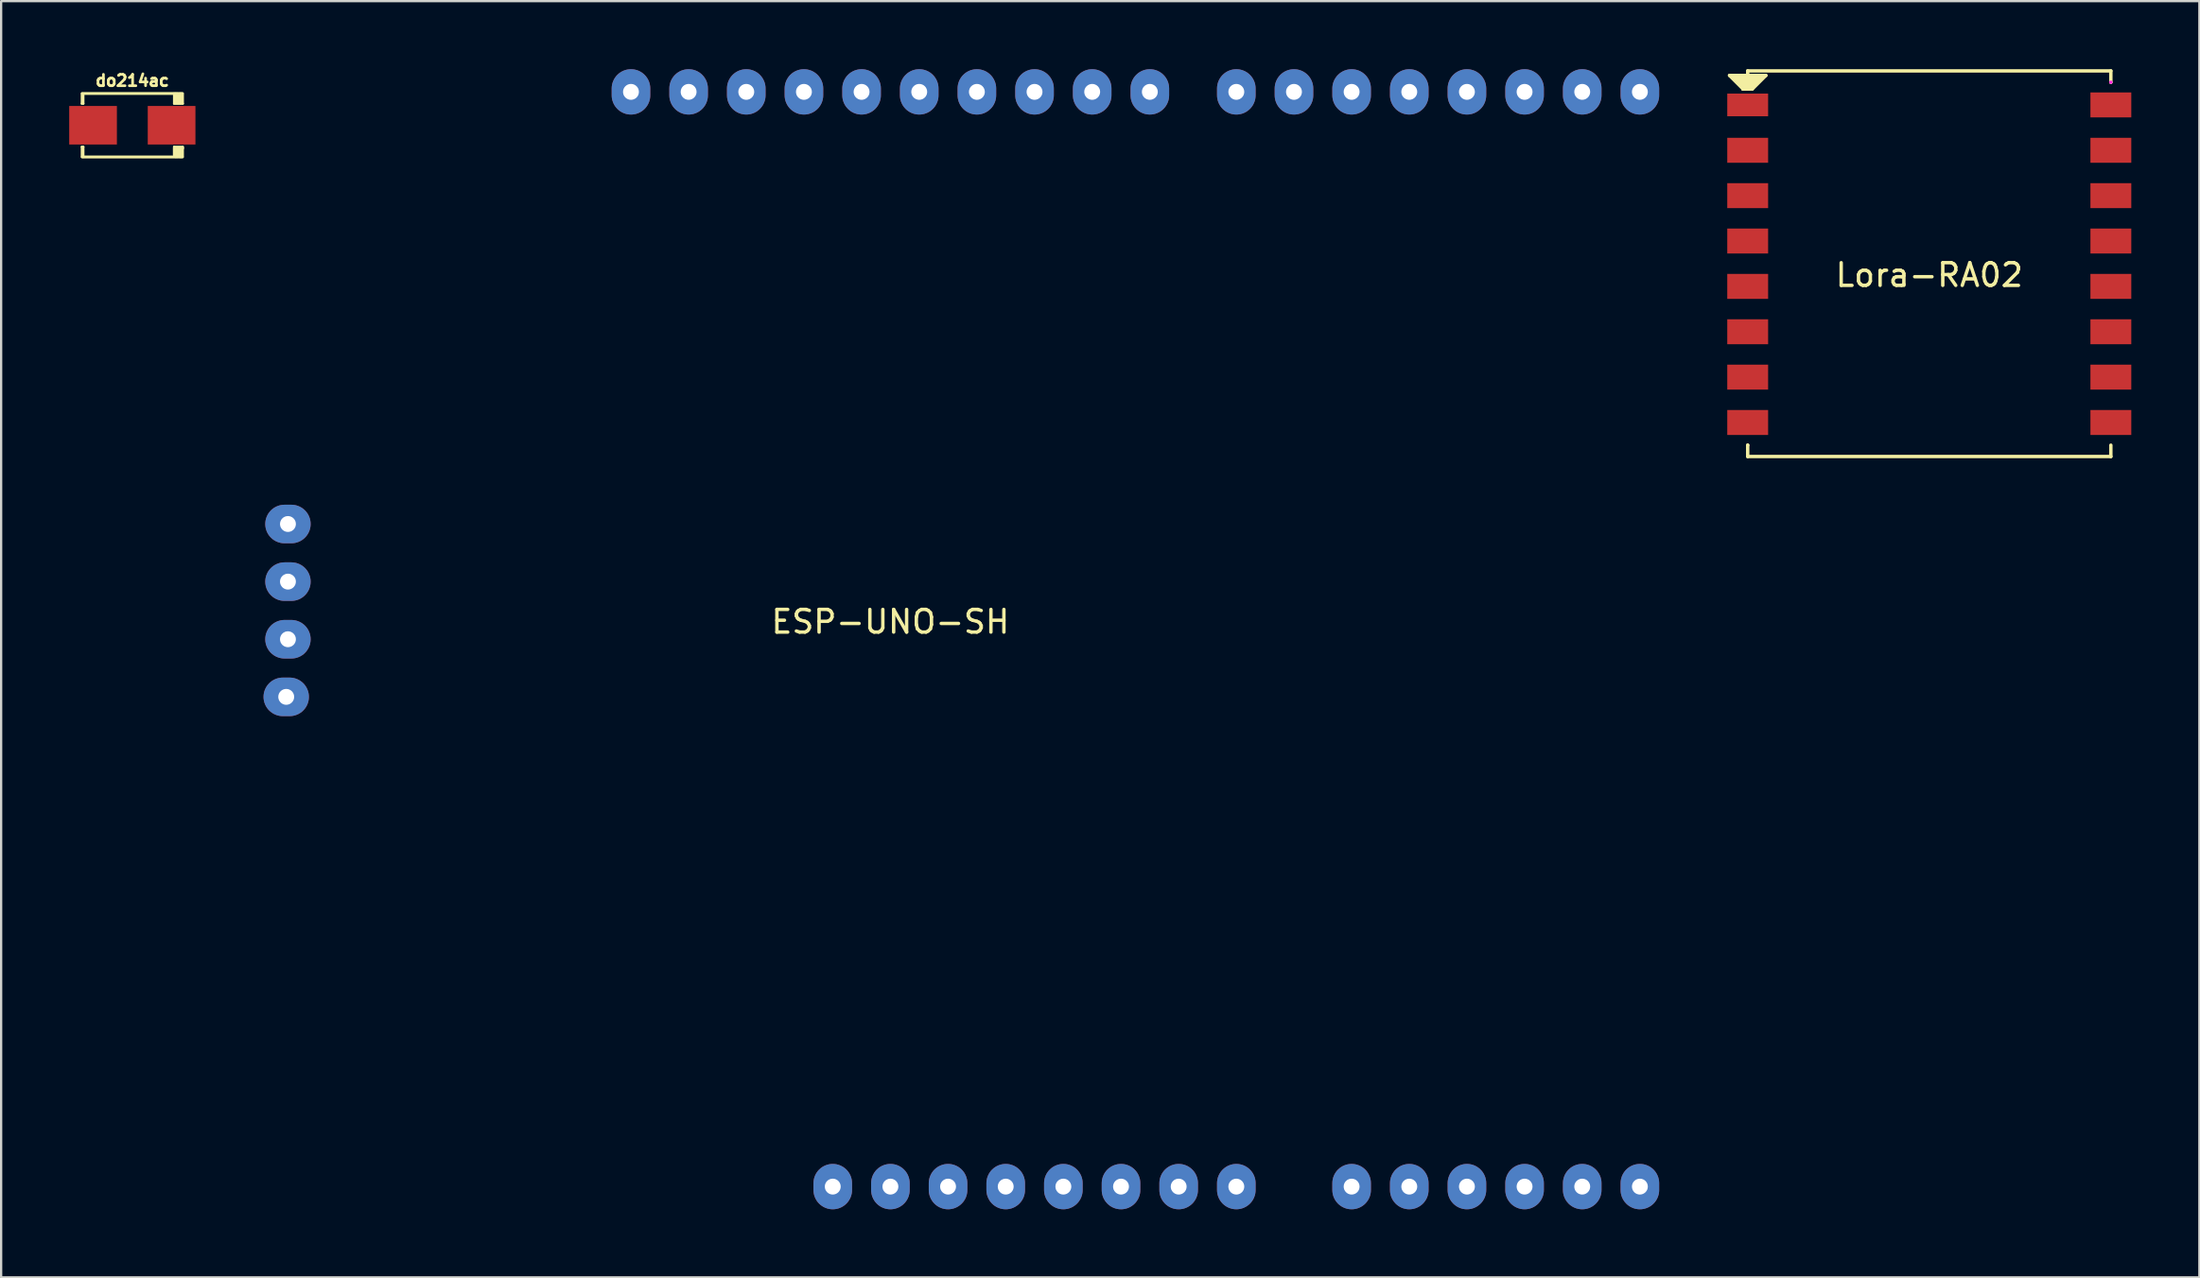
<source format=kicad_pcb>
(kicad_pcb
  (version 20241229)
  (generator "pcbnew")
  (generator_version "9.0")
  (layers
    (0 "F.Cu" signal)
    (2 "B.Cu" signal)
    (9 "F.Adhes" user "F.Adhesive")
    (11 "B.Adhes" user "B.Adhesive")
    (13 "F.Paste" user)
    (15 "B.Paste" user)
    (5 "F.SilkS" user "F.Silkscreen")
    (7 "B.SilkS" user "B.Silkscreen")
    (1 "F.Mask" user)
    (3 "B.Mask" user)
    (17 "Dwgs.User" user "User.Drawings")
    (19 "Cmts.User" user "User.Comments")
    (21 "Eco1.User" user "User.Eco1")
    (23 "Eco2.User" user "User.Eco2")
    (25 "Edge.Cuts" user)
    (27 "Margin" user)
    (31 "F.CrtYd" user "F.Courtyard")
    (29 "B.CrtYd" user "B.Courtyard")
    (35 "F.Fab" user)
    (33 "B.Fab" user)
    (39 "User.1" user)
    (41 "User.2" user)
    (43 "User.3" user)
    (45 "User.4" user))
  (footprint "do214ac"
    (layer "F.Cu")
    (at 2.78 2.471)
    (property "Reference" "do214ac" (at 0 -1.968 0) (layer "F.SilkS") (effects (font (size 0.5 0.5) (thickness 0.119))))
    (attr through_hole)
    (fp_line (start -2.223 -1.397) (end -2.223 -0.953) (stroke (width 0.1) (type solid)) (layer "F.SilkS"))
    (fp_line (start -2.223 -0.953) (end -2.159 -0.953) (stroke (width 0.1) (type solid)) (layer "F.SilkS"))
    (fp_line (start -2.223 1.397) (end -2.223 0.953) (stroke (width 0.1) (type solid)) (layer "F.SilkS"))
    (fp_line (start -2.2 1.4) (end 2.2 1.4) (stroke (width 0.127) (type solid)) (layer "F.SilkS"))
    (fp_line (start -2.159 -1.333) (end -2.159 -0.953) (stroke (width 0.1) (type solid)) (layer "F.SilkS"))
    (fp_line (start -2.159 0.953) (end -2.223 0.953) (stroke (width 0.1) (type solid)) (layer "F.SilkS"))
    (fp_line (start -2.159 1.397) (end -2.159 0.953) (stroke (width 0.1) (type solid)) (layer "F.SilkS"))
    (fp_line (start 1.841 -1.397) (end 1.841 -0.953) (stroke (width 0.1) (type solid)) (layer "F.SilkS"))
    (fp_line (start 1.841 -0.953) (end 2.223 -0.953) (stroke (width 0.1) (type solid)) (layer "F.SilkS"))
    (fp_line (start 1.841 0.953) (end 1.841 1.333) (stroke (width 0.1) (type solid)) (layer "F.SilkS"))
    (fp_line (start 1.841 0.953) (end 2.223 0.953) (stroke (width 0.1) (type solid)) (layer "F.SilkS"))
    (fp_line (start 1.841 1.016) (end 2.223 1.016) (stroke (width 0.1) (type solid)) (layer "F.SilkS"))
    (fp_line (start 1.841 1.333) (end 1.841 1.016) (stroke (width 0.1) (type solid)) (layer "F.SilkS"))
    (fp_line (start 1.905 -1.397) (end 1.905 -0.953) (stroke (width 0.1) (type solid)) (layer "F.SilkS"))
    (fp_line (start 1.905 1.397) (end 1.905 1.079) (stroke (width 0.1) (type solid)) (layer "F.SilkS"))
    (fp_line (start 1.968 -1.397) (end 1.968 -0.953) (stroke (width 0.1) (type solid)) (layer "F.SilkS"))
    (fp_line (start 1.968 1.397) (end 1.968 1.016) (stroke (width 0.1) (type solid)) (layer "F.SilkS"))
    (fp_line (start 2.032 -1.333) (end 2.032 -0.953) (stroke (width 0.1) (type solid)) (layer "F.SilkS"))
    (fp_line (start 2.032 1.333) (end 2.032 1.079) (stroke (width 0.1) (type solid)) (layer "F.SilkS"))
    (fp_line (start 2.095 -1.397) (end 2.095 -0.953) (stroke (width 0.1) (type solid)) (layer "F.SilkS"))
    (fp_line (start 2.095 1.397) (end 2.095 1.016) (stroke (width 0.1) (type solid)) (layer "F.SilkS"))
    (fp_line (start 2.159 -1.397) (end 2.159 -0.953) (stroke (width 0.1) (type solid)) (layer "F.SilkS"))
    (fp_line (start 2.159 1.143) (end 1.905 1.143) (stroke (width 0.1) (type solid)) (layer "F.SilkS"))
    (fp_line (start 2.159 1.397) (end 2.159 1.016) (stroke (width 0.1) (type solid)) (layer "F.SilkS"))
    (fp_line (start 2.2 -1.4) (end -2.2 -1.4) (stroke (width 0.127) (type solid)) (layer "F.SilkS"))
    (fp_line (start 2.223 -1.397) (end 2.223 -0.953) (stroke (width 0.1) (type solid)) (layer "F.SilkS"))
    (fp_line (start 2.223 1.016) (end 1.905 1.079) (stroke (width 0.1) (type solid)) (layer "F.SilkS"))
    (fp_line (start 2.223 1.397) (end 2.223 0.953) (stroke (width 0.1) (type solid)) (layer "F.SilkS"))
    (pad "1" smd rect (at -1.73 0) (size 2.101 1.699) (layers "F.Cu" "F.Mask" "F.Paste"))
    (pad "2" smd rect (at 1.73 0) (size 2.101 1.699) (layers "F.Cu" "F.Mask" "F.Paste")))
  (footprint "ESP-UNO-SH"
    (layer "F.Cu")
    (at 36.179 23.86)
    (property "Reference" "ESP-UNO-SH" (at 0 0.5 0) (layer "F.SilkS") (effects (font (size 1 1) (thickness 0.15))))
    (attr through_hole)
    (pad "1" thru_hole oval (at -2.54 25.4) (size 1.7 2) (drill oval 0.7) (layers "*.Cu" "*.Mask"))
    (pad "2" thru_hole oval (at 0 25.4) (size 1.7 2) (drill oval 0.7) (layers "*.Cu" "*.Mask"))
    (pad "3" thru_hole oval (at 2.54 25.4) (size 1.7 2) (drill oval 0.7) (layers "*.Cu" "*.Mask"))
    (pad "4" thru_hole oval (at 5.08 25.4) (size 1.7 2) (drill oval 0.7) (layers "*.Cu" "*.Mask"))
    (pad "5" thru_hole oval (at 7.62 25.4) (size 1.7 2) (drill oval 0.7) (layers "*.Cu" "*.Mask"))
    (pad "6" thru_hole oval (at 10.16 25.4) (size 1.7 2) (drill oval 0.7) (layers "*.Cu" "*.Mask"))
    (pad "7" thru_hole oval (at 12.7 25.4) (size 1.7 2) (drill oval 0.7) (layers "*.Cu" "*.Mask"))
    (pad "8" thru_hole oval (at 15.24 25.4) (size 1.7 2) (drill oval 0.7) (layers "*.Cu" "*.Mask"))
    (pad "9" thru_hole oval (at 20.32 25.4) (size 1.7 2) (drill oval 0.7) (layers "*.Cu" "*.Mask"))
    (pad "10" thru_hole oval (at 22.86 25.4) (size 1.7 2) (drill oval 0.7) (layers "*.Cu" "*.Mask"))
    (pad "11" thru_hole oval (at 25.4 25.4) (size 1.7 2) (drill oval 0.7) (layers "*.Cu" "*.Mask"))
    (pad "12" thru_hole oval (at 27.94 25.4) (size 1.7 2) (drill oval 0.7) (layers "*.Cu" "*.Mask"))
    (pad "13" thru_hole oval (at 30.48 25.4) (size 1.7 2) (drill oval 0.7) (layers "*.Cu" "*.Mask"))
    (pad "14" thru_hole oval (at 33.02 25.4) (size 1.7 2) (drill oval 0.7) (layers "*.Cu" "*.Mask"))
    (pad "15" thru_hole oval (at 33.02 -22.86) (size 1.7 2) (drill oval 0.7) (layers "*.Cu" "*.Mask"))
    (pad "16" thru_hole oval (at 30.48 -22.86) (size 1.7 2) (drill oval 0.7) (layers "*.Cu" "*.Mask"))
    (pad "17" thru_hole oval (at 27.94 -22.86) (size 1.7 2) (drill oval 0.7) (layers "*.Cu" "*.Mask"))
    (pad "18" thru_hole oval (at 25.4 -22.86) (size 1.7 2) (drill oval 0.7) (layers "*.Cu" "*.Mask"))
    (pad "19" thru_hole oval (at 22.86 -22.86) (size 1.7 2) (drill oval 0.7) (layers "*.Cu" "*.Mask"))
    (pad "20" thru_hole oval (at 20.32 -22.86) (size 1.7 2) (drill oval 0.7) (layers "*.Cu" "*.Mask"))
    (pad "21" thru_hole oval (at 17.78 -22.86) (size 1.7 2) (drill oval 0.7) (layers "*.Cu" "*.Mask"))
    (pad "22" thru_hole oval (at 15.24 -22.86) (size 1.7 2) (drill oval 0.7) (layers "*.Cu" "*.Mask"))
    (pad "23" thru_hole oval (at 11.43 -22.86) (size 1.7 2) (drill oval 0.7) (layers "*.Cu" "*.Mask"))
    (pad "24" thru_hole oval (at 8.89 -22.86) (size 1.7 2) (drill oval 0.7) (layers "*.Cu" "*.Mask"))
    (pad "25" thru_hole oval (at 6.35 -22.86) (size 1.7 2) (drill oval 0.7) (layers "*.Cu" "*.Mask"))
    (pad "26" thru_hole oval (at 3.81 -22.86) (size 1.7 2) (drill oval 0.7) (layers "*.Cu" "*.Mask"))
    (pad "27" thru_hole oval (at 1.27 -22.86) (size 1.7 2) (drill oval 0.7) (layers "*.Cu" "*.Mask"))
    (pad "28" thru_hole oval (at -1.27 -22.86) (size 1.7 2) (drill oval 0.7) (layers "*.Cu" "*.Mask"))
    (pad "29" thru_hole oval (at -3.81 -22.86) (size 1.7 2) (drill oval 0.7) (layers "*.Cu" "*.Mask"))
    (pad "30" thru_hole oval (at -6.35 -22.86) (size 1.7 2) (drill oval 0.7) (layers "*.Cu" "*.Mask"))
    (pad "31" thru_hole oval (at -8.89 -22.86) (size 1.7 2) (drill oval 0.7) (layers "*.Cu" "*.Mask"))
    (pad "32" thru_hole oval (at -11.43 -22.86) (size 1.7 2) (drill oval 0.7) (layers "*.Cu" "*.Mask"))
    (pad "33" thru_hole oval (at -26.543 -3.81 90) (size 1.7 2) (drill oval 0.7) (layers "*.Cu" "*.Mask"))
    (pad "34" thru_hole oval (at -26.543 -1.27 270) (size 1.7 2) (drill oval 0.7) (layers "*.Cu" "*.Mask"))
    (pad "35" thru_hole oval (at -26.543 1.27 90) (size 1.7 2) (drill oval 0.7) (layers "*.Cu" "*.Mask"))
    (pad "36" thru_hole oval (at -26.619 3.81 90) (size 1.7 2) (drill oval 0.7) (layers "*.Cu" "*.Mask")))
  (footprint "Lora-RA02"
    (layer "F.Cu")
    (at 81.949 8.575)
    (property "Reference" "Lora-RA02" (at 0 0.5 0) (layer "F.SilkS") (effects (font (size 1 1) (thickness 0.15))))
    (attr through_hole)
    (fp_line (start -8.8 -8.3) (end -8.2 -7.7) (stroke (width 0.15) (type solid)) (layer "F.SilkS"))
    (fp_line (start -8.7 -8.3) (end -8.8 -8.3) (stroke (width 0.15) (type solid)) (layer "F.SilkS"))
    (fp_line (start -8.7 -8.3) (end -7.2 -8.3) (stroke (width 0.15) (type solid)) (layer "F.SilkS"))
    (fp_line (start -8.6 -8.2) (end -7.4 -8.2) (stroke (width 0.15) (type solid)) (layer "F.SilkS"))
    (fp_line (start -8.5 -8.1) (end -8.6 -8.2) (stroke (width 0.15) (type solid)) (layer "F.SilkS"))
    (fp_line (start -8.4 -8) (end -7.6 -8) (stroke (width 0.15) (type solid)) (layer "F.SilkS"))
    (fp_line (start -8.3 -7.9) (end -8.4 -8) (stroke (width 0.15) (type solid)) (layer "F.SilkS"))
    (fp_line (start -8.2 -7.8) (end -7.8 -7.8) (stroke (width 0.15) (type solid)) (layer "F.SilkS"))
    (fp_line (start -8.2 -7.7) (end -8.2 -7.8) (stroke (width 0.15) (type solid)) (layer "F.SilkS"))
    (fp_line (start -8.2 -7.7) (end -8.2 -7.7) (stroke (width 0.15) (type solid)) (layer "F.SilkS"))
    (fp_line (start -8.2 -7.7) (end -8.2 -7.7) (stroke (width 0.15) (type solid)) (layer "F.SilkS"))
    (fp_line (start -8 -8.5) (end -8 -8.3) (stroke (width 0.15) (type solid)) (layer "F.SilkS"))
    (fp_line (start -8 -8.5) (end 8 -8.5) (stroke (width 0.15) (type solid)) (layer "F.SilkS"))
    (fp_line (start -8 -8.3) (end -8 -8.3) (stroke (width 0.15) (type solid)) (layer "F.SilkS"))
    (fp_line (start -8 8) (end -8 8) (stroke (width 0.15) (type solid)) (layer "F.SilkS"))
    (fp_line (start -8 8.5) (end -8 8) (stroke (width 0.15) (type solid)) (layer "F.SilkS"))
    (fp_line (start -7.8 -7.8) (end -7.7 -7.9) (stroke (width 0.15) (type solid)) (layer "F.SilkS"))
    (fp_line (start -7.8 -7.7) (end -8.2 -7.7) (stroke (width 0.15) (type solid)) (layer "F.SilkS"))
    (fp_line (start -7.7 -7.9) (end -8.3 -7.9) (stroke (width 0.15) (type solid)) (layer "F.SilkS"))
    (fp_line (start -7.6 -8) (end -7.5 -8.1) (stroke (width 0.15) (type solid)) (layer "F.SilkS"))
    (fp_line (start -7.5 -8.1) (end -8.5 -8.1) (stroke (width 0.15) (type solid)) (layer "F.SilkS"))
    (fp_line (start -7.4 -8.2) (end -7.4 -8.2) (stroke (width 0.15) (type solid)) (layer "F.SilkS"))
    (fp_line (start -7.2 -8.3) (end -7.8 -7.7) (stroke (width 0.15) (type solid)) (layer "F.SilkS"))
    (fp_line (start 8 -8.5) (end 8 -8) (stroke (width 0.15) (type solid)) (layer "F.SilkS"))
    (fp_line (start 8 -8) (end 8 -8) (stroke (width 0.15) (type solid)) (layer "F.SilkS"))
    (fp_line (start 8 8) (end 8 8.5) (stroke (width 0.15) (type solid)) (layer "F.SilkS"))
    (fp_line (start 8 8.5) (end -8 8.5) (stroke (width 0.15) (type solid)) (layer "F.SilkS"))
    (fp_line (start 8 -8) (end 8 -8) (stroke (width 0.15) (type solid)) (layer "F.CrtYd"))
    (pad "1" smd rect (at -8 -7 90) (size 1 1.8) (layers "F.Cu" "F.Mask" "F.Paste"))
    (pad "2" smd rect (at -8 -5 90) (size 1.1 1.8) (layers "F.Cu" "F.Mask" "F.Paste"))
    (pad "3" smd rect (at -8 -3 90) (size 1.1 1.8) (layers "F.Cu" "F.Mask" "F.Paste"))
    (pad "4" smd rect (at -8 -1 90) (size 1.1 1.8) (layers "F.Cu" "F.Mask" "F.Paste"))
    (pad "5" smd rect (at -8 1 90) (size 1.1 1.8) (layers "F.Cu" "F.Mask" "F.Paste"))
    (pad "6" smd rect (at -8 3 90) (size 1.1 1.8) (layers "F.Cu" "F.Mask" "F.Paste"))
    (pad "7" smd rect (at -8 5 90) (size 1.1 1.8) (layers "F.Cu" "F.Mask" "F.Paste"))
    (pad "8" smd rect (at -8 7 90) (size 1.1 1.8) (layers "F.Cu" "F.Mask" "F.Paste"))
    (pad "9" smd rect (at 8 7 90) (size 1.1 1.8) (layers "F.Cu" "F.Mask" "F.Paste"))
    (pad "10" smd rect (at 8 5 90) (size 1.1 1.8) (layers "F.Cu" "F.Mask" "F.Paste"))
    (pad "11" smd rect (at 8 3 90) (size 1.1 1.8) (layers "F.Cu" "F.Mask" "F.Paste"))
    (pad "12" smd rect (at 8 1 90) (size 1.1 1.8) (layers "F.Cu" "F.Mask" "F.Paste"))
    (pad "13" smd rect (at 8 -1 90) (size 1.1 1.8) (layers "F.Cu" "F.Mask" "F.Paste"))
    (pad "14" smd rect (at 8 -3 90) (size 1.1 1.8) (layers "F.Cu" "F.Mask" "F.Paste"))
    (pad "15" smd rect (at 8 -5 90) (size 1.1 1.8) (layers "F.Cu" "F.Mask" "F.Paste"))
    (pad "16" smd rect (at 8 -7 90) (size 1.1 1.8) (layers "F.Cu" "F.Mask" "F.Paste")))
  (gr_rect
    (start -3 -3)
    (end 93.849 53.26)
    (stroke (width 0.1) (type default))
    (fill no)
    (layer "Edge.Cuts")))
</source>
